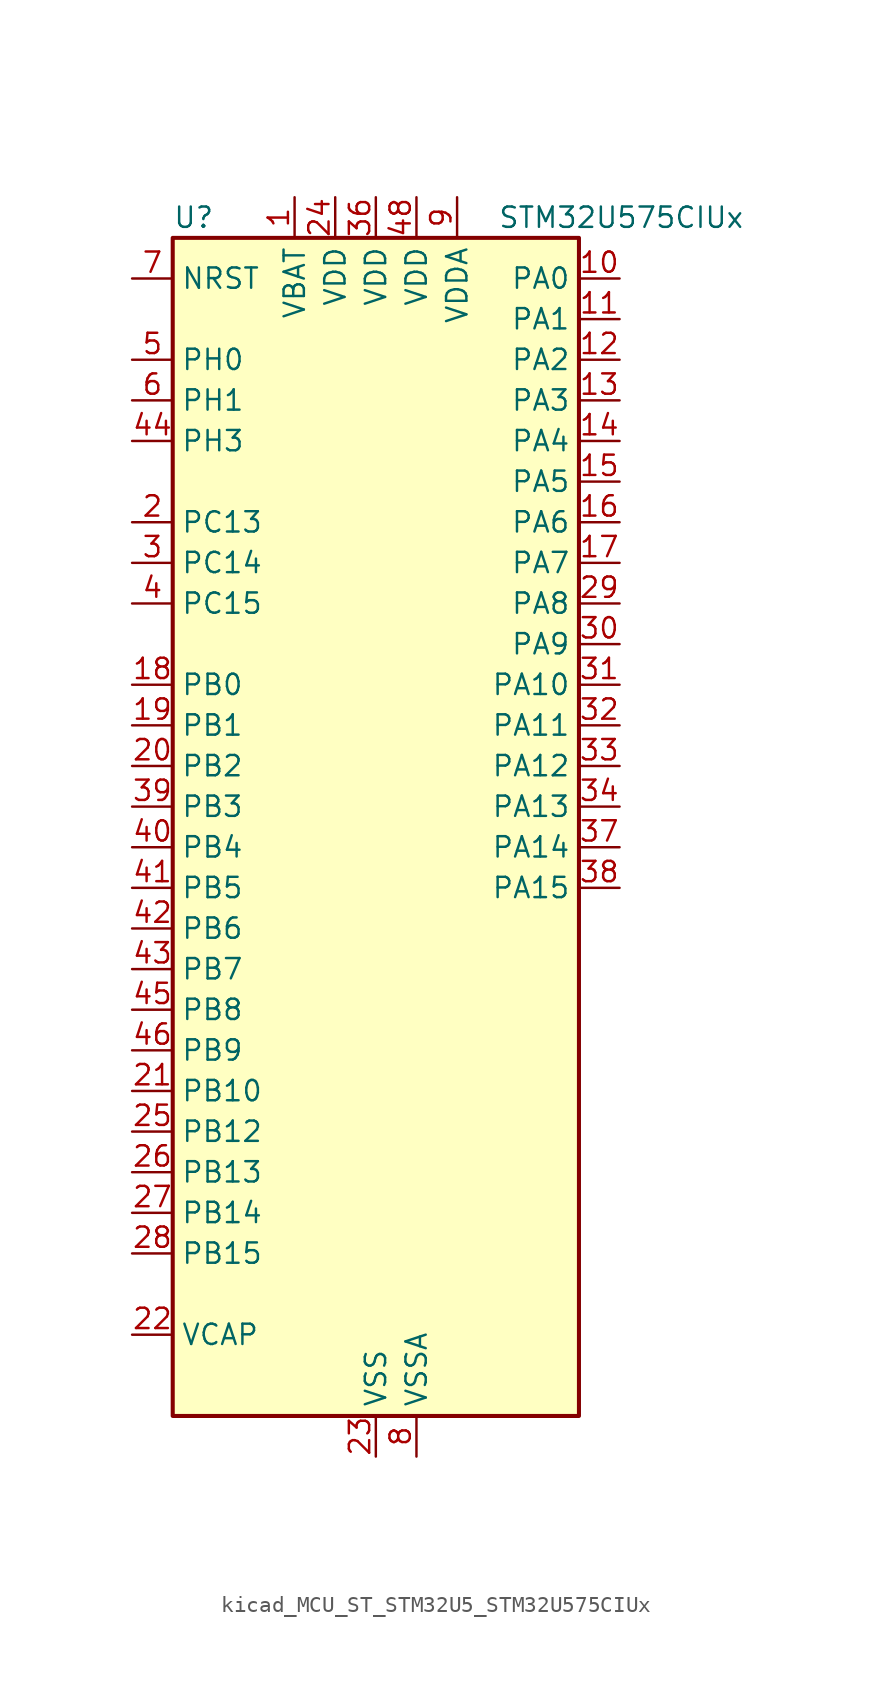
<source format=kicad_sym>
(kicad_symbol_lib
  (version 20220914)
  (generator kicad_symbol_editor)
  (symbol "kicad_MCU_ST_STM32U5_STM32U575CIUx"
    (property "Reference" "U"
      (at -12.7 39.37 0)
      (effects (font (size 1.27 1.27)) (justify left)))
    (property "Value" "STM32U575CIUx"
      (at 7.62 39.37 0)
      (effects (font (size 1.27 1.27)) (justify left)))
    (property "ki_locked" ""
      (at 0 0 0)
      (effects (font (size 1.27 1.27))))
    (symbol "kicad_MCU_ST_STM32U5_STM32U575CIUx_0_1"
      (rectangle (start -12.7 -35.56) (end 12.7 38.1) (stroke (width 0.254) (type default)) (fill (type background))))
    (symbol "kicad_MCU_ST_STM32U5_STM32U575CIUx_1_1"
      (pin power_in line (at -5.08 40.64 270) (length 2.54) (name "VBAT" (effects (font (size 1.27 1.27)))) (number "1" (effects (font (size 1.27 1.27)))))
      (pin bidirectional line (at 15.24 35.56 180) (length 2.54) (name "PA0" (effects (font (size 1.27 1.27)))) (number "10" (effects (font (size 1.27 1.27)))) (alternate "ADC1_IN5" bidirectional line) (alternate "AUDIOCLK" bidirectional line) (alternate "OCTOSPIM_P2_NCS" bidirectional line) (alternate "OPAMP1_VINP" bidirectional line) (alternate "PWR_WKUP1" bidirectional line) (alternate "SPI3_RDY" bidirectional line) (alternate "TAMP_IN2" bidirectional line) (alternate "TAMP_OUT1" bidirectional line) (alternate "TIM2_CH1" bidirectional line) (alternate "TIM2_ETR" bidirectional line) (alternate "TIM5_CH1" bidirectional line) (alternate "TIM8_ETR" bidirectional line) (alternate "UART4_TX" bidirectional line) (alternate "USART2_CTS" bidirectional line))
      (pin bidirectional line (at 15.24 33.02 180) (length 2.54) (name "PA1" (effects (font (size 1.27 1.27)))) (number "11" (effects (font (size 1.27 1.27)))) (alternate "ADC1_IN6" bidirectional line) (alternate "I2C1_SMBA" bidirectional line) (alternate "LPTIM1_CH2" bidirectional line) (alternate "OCTOSPIM_P1_DQS" bidirectional line) (alternate "OPAMP1_VINM" bidirectional line) (alternate "PWR_WKUP3" bidirectional line) (alternate "SPI1_SCK" bidirectional line) (alternate "TAMP_IN5" bidirectional line) (alternate "TAMP_OUT4" bidirectional line) (alternate "TIM15_CH1N" bidirectional line) (alternate "TIM2_CH2" bidirectional line) (alternate "TIM5_CH2" bidirectional line) (alternate "UART4_RX" bidirectional line) (alternate "USART2_DE" bidirectional line) (alternate "USART2_RTS" bidirectional line))
      (pin bidirectional line (at 15.24 30.48 180) (length 2.54) (name "PA2" (effects (font (size 1.27 1.27)))) (number "12" (effects (font (size 1.27 1.27)))) (alternate "ADC1_IN7" bidirectional line) (alternate "COMP1_INP" bidirectional line) (alternate "LPUART1_TX" bidirectional line) (alternate "OCTOSPIM_P1_NCS" bidirectional line) (alternate "PWR_WKUP4" bidirectional line) (alternate "RCC_LSCO" bidirectional line) (alternate "SPI1_RDY" bidirectional line) (alternate "TIM15_CH1" bidirectional line) (alternate "TIM2_CH3" bidirectional line) (alternate "TIM5_CH3" bidirectional line) (alternate "UCPD1_FRSTX1" bidirectional line) (alternate "USART2_TX" bidirectional line))
      (pin bidirectional line (at 15.24 27.94 180) (length 2.54) (name "PA3" (effects (font (size 1.27 1.27)))) (number "13" (effects (font (size 1.27 1.27)))) (alternate "ADC1_IN8" bidirectional line) (alternate "LPUART1_RX" bidirectional line) (alternate "OCTOSPIM_P1_CLK" bidirectional line) (alternate "OPAMP1_VOUT" bidirectional line) (alternate "PWR_WKUP5" bidirectional line) (alternate "SAI1_CK1" bidirectional line) (alternate "SAI1_MCLK_A" bidirectional line) (alternate "TIM15_CH2" bidirectional line) (alternate "TIM2_CH4" bidirectional line) (alternate "TIM5_CH4" bidirectional line) (alternate "USART2_RX" bidirectional line))
      (pin bidirectional line (at 15.24 25.4 180) (length 2.54) (name "PA4" (effects (font (size 1.27 1.27)))) (number "14" (effects (font (size 1.27 1.27)))) (alternate "ADC1_IN9" bidirectional line) (alternate "ADC4_IN9" bidirectional line) (alternate "DAC1_OUT1" bidirectional line) (alternate "LPTIM2_CH1" bidirectional line) (alternate "OCTOSPIM_P1_NCS" bidirectional line) (alternate "PWR_WKUP2" bidirectional line) (alternate "SAI1_FS_B" bidirectional line) (alternate "SPI1_NSS" bidirectional line) (alternate "SPI3_NSS" bidirectional line) (alternate "USART2_CK" bidirectional line))
      (pin bidirectional line (at 15.24 22.86 180) (length 2.54) (name "PA5" (effects (font (size 1.27 1.27)))) (number "15" (effects (font (size 1.27 1.27)))) (alternate "ADC1_IN10" bidirectional line) (alternate "ADC4_IN10" bidirectional line) (alternate "DAC1_OUT2" bidirectional line) (alternate "LPTIM2_ETR" bidirectional line) (alternate "PWR_CSLEEP" bidirectional line) (alternate "PWR_WKUP6" bidirectional line) (alternate "SPI1_SCK" bidirectional line) (alternate "TIM2_CH1" bidirectional line) (alternate "TIM2_ETR" bidirectional line) (alternate "TIM8_CH1N" bidirectional line) (alternate "USART3_RX" bidirectional line))
      (pin bidirectional line (at 15.24 20.32 180) (length 2.54) (name "PA6" (effects (font (size 1.27 1.27)))) (number "16" (effects (font (size 1.27 1.27)))) (alternate "ADC1_IN11" bidirectional line) (alternate "ADC4_IN11" bidirectional line) (alternate "LPUART1_CTS" bidirectional line) (alternate "OCTOSPIM_P1_IO3" bidirectional line) (alternate "OPAMP2_VINP" bidirectional line) (alternate "PWR_CDSTOP" bidirectional line) (alternate "PWR_WKUP7" bidirectional line) (alternate "SPI1_MISO" bidirectional line) (alternate "TIM16_CH1" bidirectional line) (alternate "TIM1_BKIN" bidirectional line) (alternate "TIM3_CH1" bidirectional line) (alternate "TIM8_BKIN" bidirectional line) (alternate "USART3_CTS" bidirectional line))
      (pin bidirectional line (at 15.24 17.78 180) (length 2.54) (name "PA7" (effects (font (size 1.27 1.27)))) (number "17" (effects (font (size 1.27 1.27)))) (alternate "ADC1_IN12" bidirectional line) (alternate "ADC4_IN20" bidirectional line) (alternate "I2C3_SCL" bidirectional line) (alternate "LPTIM2_CH2" bidirectional line) (alternate "OCTOSPIM_P1_IO2" bidirectional line) (alternate "OPAMP2_VINM" bidirectional line) (alternate "PWR_SRDSTOP" bidirectional line) (alternate "PWR_WKUP8" bidirectional line) (alternate "SPI1_MOSI" bidirectional line) (alternate "TIM17_CH1" bidirectional line) (alternate "TIM1_CH1N" bidirectional line) (alternate "TIM3_CH2" bidirectional line) (alternate "TIM8_CH1N" bidirectional line) (alternate "USART3_TX" bidirectional line))
      (pin bidirectional line (at -15.24 10.16 0) (length 2.54) (name "PB0" (effects (font (size 1.27 1.27)))) (number "18" (effects (font (size 1.27 1.27)))) (alternate "ADC1_IN15" bidirectional line) (alternate "ADC4_IN18" bidirectional line) (alternate "AUDIOCLK" bidirectional line) (alternate "COMP1_OUT" bidirectional line) (alternate "LPTIM3_CH1" bidirectional line) (alternate "OCTOSPIM_P1_IO1" bidirectional line) (alternate "OPAMP2_VOUT" bidirectional line) (alternate "SPI1_NSS" bidirectional line) (alternate "TIM1_CH2N" bidirectional line) (alternate "TIM3_CH3" bidirectional line) (alternate "TIM8_CH2N" bidirectional line) (alternate "USART3_CK" bidirectional line))
      (pin bidirectional line (at -15.24 7.62 0) (length 2.54) (name "PB1" (effects (font (size 1.27 1.27)))) (number "19" (effects (font (size 1.27 1.27)))) (alternate "ADC1_IN16" bidirectional line) (alternate "ADC4_IN19" bidirectional line) (alternate "COMP1_INM" bidirectional line) (alternate "LPTIM2_IN1" bidirectional line) (alternate "LPTIM3_CH2" bidirectional line) (alternate "LPUART1_DE" bidirectional line) (alternate "LPUART1_RTS" bidirectional line) (alternate "MDF1_SDI0" bidirectional line) (alternate "OCTOSPIM_P1_IO0" bidirectional line) (alternate "PWR_WKUP4" bidirectional line) (alternate "TIM1_CH3N" bidirectional line) (alternate "TIM3_CH4" bidirectional line) (alternate "TIM8_CH3N" bidirectional line) (alternate "USART3_DE" bidirectional line) (alternate "USART3_RTS" bidirectional line))
      (pin bidirectional line (at -15.24 20.32 0) (length 2.54) (name "PC13" (effects (font (size 1.27 1.27)))) (number "2" (effects (font (size 1.27 1.27)))) (alternate "PWR_WKUP2" bidirectional line) (alternate "RTC_OUT1" bidirectional line) (alternate "RTC_TS" bidirectional line) (alternate "TAMP_IN1" bidirectional line) (alternate "TAMP_OUT2" bidirectional line))
      (pin bidirectional line (at -15.24 5.08 0) (length 2.54) (name "PB2" (effects (font (size 1.27 1.27)))) (number "20" (effects (font (size 1.27 1.27)))) (alternate "ADC1_IN17" bidirectional line) (alternate "COMP1_INP" bidirectional line) (alternate "I2C3_SMBA" bidirectional line) (alternate "LPTIM1_CH1" bidirectional line) (alternate "MDF1_CKI0" bidirectional line) (alternate "OCTOSPIM_P1_DQS" bidirectional line) (alternate "PWR_WKUP1" bidirectional line) (alternate "RTC_OUT2" bidirectional line) (alternate "SPI1_RDY" bidirectional line) (alternate "TIM8_CH4N" bidirectional line) (alternate "UCPD1_FRSTX1" bidirectional line))
      (pin bidirectional line (at -15.24 -15.24 0) (length 2.54) (name "PB10" (effects (font (size 1.27 1.27)))) (number "21" (effects (font (size 1.27 1.27)))) (alternate "COMP1_OUT" bidirectional line) (alternate "I2C2_SCL" bidirectional line) (alternate "I2C4_SCL" bidirectional line) (alternate "LPTIM3_CH1" bidirectional line) (alternate "LPUART1_RX" bidirectional line) (alternate "OCTOSPIM_P1_CLK" bidirectional line) (alternate "PWR_WKUP8" bidirectional line) (alternate "SAI1_SCK_A" bidirectional line) (alternate "SPI2_SCK" bidirectional line) (alternate "TIM2_CH3" bidirectional line) (alternate "TSC_SYNC" bidirectional line) (alternate "USART3_TX" bidirectional line))
      (pin power_out line (at -15.24 -30.48 0) (length 2.54) (name "VCAP" (effects (font (size 1.27 1.27)))) (number "22" (effects (font (size 1.27 1.27)))))
      (pin power_in line (at 0 -38.1 90) (length 2.54) (name "VSS" (effects (font (size 1.27 1.27)))) (number "23" (effects (font (size 1.27 1.27)))))
      (pin power_in line (at -2.54 40.64 270) (length 2.54) (name "VDD" (effects (font (size 1.27 1.27)))) (number "24" (effects (font (size 1.27 1.27)))))
      (pin bidirectional line (at -15.24 -17.78 0) (length 2.54) (name "PB12" (effects (font (size 1.27 1.27)))) (number "25" (effects (font (size 1.27 1.27)))) (alternate "I2C2_SMBA" bidirectional line) (alternate "LPUART1_DE" bidirectional line) (alternate "LPUART1_RTS" bidirectional line) (alternate "MDF1_SDI1" bidirectional line) (alternate "OCTOSPIM_P1_NCLK" bidirectional line) (alternate "SPI2_NSS" bidirectional line) (alternate "TIM15_BKIN" bidirectional line) (alternate "TIM1_BKIN" bidirectional line) (alternate "TSC_G1_IO1" bidirectional line) (alternate "USART3_CK" bidirectional line))
      (pin bidirectional line (at -15.24 -20.32 0) (length 2.54) (name "PB13" (effects (font (size 1.27 1.27)))) (number "26" (effects (font (size 1.27 1.27)))) (alternate "I2C2_SCL" bidirectional line) (alternate "LPTIM3_IN1" bidirectional line) (alternate "LPUART1_CTS" bidirectional line) (alternate "MDF1_CKI1" bidirectional line) (alternate "SPI2_SCK" bidirectional line) (alternate "TIM15_CH1N" bidirectional line) (alternate "TIM1_CH1N" bidirectional line) (alternate "TSC_G1_IO2" bidirectional line) (alternate "USART3_CTS" bidirectional line))
      (pin bidirectional line (at -15.24 -22.86 0) (length 2.54) (name "PB14" (effects (font (size 1.27 1.27)))) (number "27" (effects (font (size 1.27 1.27)))) (alternate "I2C2_SDA" bidirectional line) (alternate "LPTIM3_ETR" bidirectional line) (alternate "MDF1_SDI2" bidirectional line) (alternate "SPI2_MISO" bidirectional line) (alternate "TIM15_CH1" bidirectional line) (alternate "TIM1_CH2N" bidirectional line) (alternate "TIM8_CH2N" bidirectional line) (alternate "TSC_G1_IO3" bidirectional line) (alternate "UCPD1_DBCC2" bidirectional line) (alternate "USART3_DE" bidirectional line) (alternate "USART3_RTS" bidirectional line))
      (pin bidirectional line (at -15.24 -25.4 0) (length 2.54) (name "PB15" (effects (font (size 1.27 1.27)))) (number "28" (effects (font (size 1.27 1.27)))) (alternate "ADC1_EXTI15" bidirectional line) (alternate "ADC4_EXTI15" bidirectional line) (alternate "LPTIM2_IN2" bidirectional line) (alternate "MDF1_CKI2" bidirectional line) (alternate "PWR_WKUP7" bidirectional line) (alternate "RTC_REFIN" bidirectional line) (alternate "SPI2_MOSI" bidirectional line) (alternate "TIM15_CH2" bidirectional line) (alternate "TIM1_CH3N" bidirectional line) (alternate "TIM8_CH3N" bidirectional line) (alternate "UCPD1_CC2" bidirectional line))
      (pin bidirectional line (at 15.24 15.24 180) (length 2.54) (name "PA8" (effects (font (size 1.27 1.27)))) (number "29" (effects (font (size 1.27 1.27)))) (alternate "DEBUG_TRACECLK" bidirectional line) (alternate "LPTIM2_CH1" bidirectional line) (alternate "RCC_MCO" bidirectional line) (alternate "SAI1_CK2" bidirectional line) (alternate "SAI1_SCK_A" bidirectional line) (alternate "SPI1_RDY" bidirectional line) (alternate "TIM1_CH1" bidirectional line) (alternate "USART1_CK" bidirectional line) (alternate "USB_OTG_FS_SOF" bidirectional line))
      (pin bidirectional line (at -15.24 17.78 0) (length 2.54) (name "PC14" (effects (font (size 1.27 1.27)))) (number "3" (effects (font (size 1.27 1.27)))) (alternate "RCC_OSC32_IN" bidirectional line))
      (pin bidirectional line (at 15.24 12.7 180) (length 2.54) (name "PA9" (effects (font (size 1.27 1.27)))) (number "30" (effects (font (size 1.27 1.27)))) (alternate "DAC1_EXTI9" bidirectional line) (alternate "SAI1_FS_A" bidirectional line) (alternate "SPI2_SCK" bidirectional line) (alternate "TIM15_BKIN" bidirectional line) (alternate "TIM1_CH2" bidirectional line) (alternate "USART1_TX" bidirectional line) (alternate "USB_OTG_FS_VBUS" bidirectional line))
      (pin bidirectional line (at 15.24 10.16 180) (length 2.54) (name "PA10" (effects (font (size 1.27 1.27)))) (number "31" (effects (font (size 1.27 1.27)))) (alternate "CRS_SYNC" bidirectional line) (alternate "LPTIM2_IN2" bidirectional line) (alternate "SAI1_D1" bidirectional line) (alternate "SAI1_SD_A" bidirectional line) (alternate "TIM17_BKIN" bidirectional line) (alternate "TIM1_CH3" bidirectional line) (alternate "USART1_RX" bidirectional line) (alternate "USB_OTG_FS_ID" bidirectional line))
      (pin bidirectional line (at 15.24 7.62 180) (length 2.54) (name "PA11" (effects (font (size 1.27 1.27)))) (number "32" (effects (font (size 1.27 1.27)))) (alternate "ADC1_EXTI11" bidirectional line) (alternate "FDCAN1_RX" bidirectional line) (alternate "SPI1_MISO" bidirectional line) (alternate "TIM1_BKIN2" bidirectional line) (alternate "TIM1_CH4" bidirectional line) (alternate "USART1_CTS" bidirectional line) (alternate "USB_OTG_FS_DM" bidirectional line))
      (pin bidirectional line (at 15.24 5.08 180) (length 2.54) (name "PA12" (effects (font (size 1.27 1.27)))) (number "33" (effects (font (size 1.27 1.27)))) (alternate "FDCAN1_TX" bidirectional line) (alternate "OCTOSPIM_P2_NCS" bidirectional line) (alternate "SPI1_MOSI" bidirectional line) (alternate "TIM1_ETR" bidirectional line) (alternate "USART1_DE" bidirectional line) (alternate "USART1_RTS" bidirectional line) (alternate "USB_OTG_FS_DP" bidirectional line))
      (pin bidirectional line (at 15.24 2.54 180) (length 2.54) (name "PA13" (effects (font (size 1.27 1.27)))) (number "34" (effects (font (size 1.27 1.27)))) (alternate "DEBUG_JTMS-SWDIO" bidirectional line) (alternate "IR_OUT" bidirectional line) (alternate "SAI1_SD_B" bidirectional line) (alternate "USB_OTG_FS_NOE" bidirectional line))
      (pin passive line (at 0 -38.1 90) (length 2.54) hide (name "VSS" (effects (font (size 1.27 1.27)))) (number "35" (effects (font (size 1.27 1.27)))))
      (pin power_in line (at 0 40.64 270) (length 2.54) (name "VDD" (effects (font (size 1.27 1.27)))) (number "36" (effects (font (size 1.27 1.27)))))
      (pin bidirectional line (at 15.24 0 180) (length 2.54) (name "PA14" (effects (font (size 1.27 1.27)))) (number "37" (effects (font (size 1.27 1.27)))) (alternate "DEBUG_JTCK-SWCLK" bidirectional line) (alternate "I2C1_SMBA" bidirectional line) (alternate "I2C4_SMBA" bidirectional line) (alternate "LPTIM1_CH1" bidirectional line) (alternate "SAI1_FS_B" bidirectional line) (alternate "USB_OTG_FS_SOF" bidirectional line))
      (pin bidirectional line (at 15.24 -2.54 180) (length 2.54) (name "PA15" (effects (font (size 1.27 1.27)))) (number "38" (effects (font (size 1.27 1.27)))) (alternate "ADC1_EXTI15" bidirectional line) (alternate "ADC4_EXTI15" bidirectional line) (alternate "DEBUG_JTDI" bidirectional line) (alternate "SPI1_NSS" bidirectional line) (alternate "SPI3_NSS" bidirectional line) (alternate "TIM2_CH1" bidirectional line) (alternate "TIM2_ETR" bidirectional line) (alternate "UART4_DE" bidirectional line) (alternate "UART4_RTS" bidirectional line) (alternate "UCPD1_CC1" bidirectional line) (alternate "USART2_RX" bidirectional line) (alternate "USART3_DE" bidirectional line) (alternate "USART3_RTS" bidirectional line))
      (pin bidirectional line (at -15.24 2.54 0) (length 2.54) (name "PB3" (effects (font (size 1.27 1.27)))) (number "39" (effects (font (size 1.27 1.27)))) (alternate "ADF1_CCK0" bidirectional line) (alternate "COMP2_INM" bidirectional line) (alternate "CRS_SYNC" bidirectional line) (alternate "DEBUG_JTDO-SWO" bidirectional line) (alternate "I2C1_SDA" bidirectional line) (alternate "LPTIM1_CH1" bidirectional line) (alternate "SAI1_SCK_B" bidirectional line) (alternate "SPI1_SCK" bidirectional line) (alternate "SPI3_SCK" bidirectional line) (alternate "TIM2_CH2" bidirectional line) (alternate "USART1_DE" bidirectional line) (alternate "USART1_RTS" bidirectional line))
      (pin bidirectional line (at -15.24 15.24 0) (length 2.54) (name "PC15" (effects (font (size 1.27 1.27)))) (number "4" (effects (font (size 1.27 1.27)))) (alternate "ADC1_EXTI15" bidirectional line) (alternate "ADC4_EXTI15" bidirectional line) (alternate "RCC_OSC32_OUT" bidirectional line))
      (pin bidirectional line (at -15.24 0 0) (length 2.54) (name "PB4" (effects (font (size 1.27 1.27)))) (number "40" (effects (font (size 1.27 1.27)))) (alternate "ADF1_SDI0" bidirectional line) (alternate "COMP2_INP" bidirectional line) (alternate "DEBUG_JTRST" bidirectional line) (alternate "I2C3_SDA" bidirectional line) (alternate "LPTIM1_CH2" bidirectional line) (alternate "SAI1_MCLK_B" bidirectional line) (alternate "SPI1_MISO" bidirectional line) (alternate "SPI3_MISO" bidirectional line) (alternate "TIM17_BKIN" bidirectional line) (alternate "TIM3_CH1" bidirectional line) (alternate "TSC_G2_IO1" bidirectional line) (alternate "USART1_CTS" bidirectional line))
      (pin bidirectional line (at -15.24 -2.54 0) (length 2.54) (name "PB5" (effects (font (size 1.27 1.27)))) (number "41" (effects (font (size 1.27 1.27)))) (alternate "COMP2_OUT" bidirectional line) (alternate "I2C1_SMBA" bidirectional line) (alternate "LPTIM1_IN1" bidirectional line) (alternate "OCTOSPIM_P1_NCLK" bidirectional line) (alternate "PWR_WKUP6" bidirectional line) (alternate "SAI1_SD_B" bidirectional line) (alternate "SPI1_MOSI" bidirectional line) (alternate "SPI3_MOSI" bidirectional line) (alternate "TIM16_BKIN" bidirectional line) (alternate "TIM3_CH2" bidirectional line) (alternate "TSC_G2_IO2" bidirectional line) (alternate "UCPD1_DBCC1" bidirectional line) (alternate "USART1_CK" bidirectional line))
      (pin bidirectional line (at -15.24 -5.08 0) (length 2.54) (name "PB6" (effects (font (size 1.27 1.27)))) (number "42" (effects (font (size 1.27 1.27)))) (alternate "COMP2_INP" bidirectional line) (alternate "I2C1_SCL" bidirectional line) (alternate "I2C4_SCL" bidirectional line) (alternate "LPTIM1_ETR" bidirectional line) (alternate "MDF1_SDI5" bidirectional line) (alternate "PWR_WKUP3" bidirectional line) (alternate "SAI1_FS_B" bidirectional line) (alternate "TIM16_CH1N" bidirectional line) (alternate "TIM4_CH1" bidirectional line) (alternate "TIM8_BKIN2" bidirectional line) (alternate "TSC_G2_IO3" bidirectional line) (alternate "USART1_TX" bidirectional line))
      (pin bidirectional line (at -15.24 -7.62 0) (length 2.54) (name "PB7" (effects (font (size 1.27 1.27)))) (number "43" (effects (font (size 1.27 1.27)))) (alternate "COMP2_INM" bidirectional line) (alternate "I2C1_SDA" bidirectional line) (alternate "I2C4_SDA" bidirectional line) (alternate "LPTIM1_IN2" bidirectional line) (alternate "MDF1_CKI5" bidirectional line) (alternate "PWR_PVD_IN" bidirectional line) (alternate "PWR_WKUP4" bidirectional line) (alternate "TIM17_CH1N" bidirectional line) (alternate "TIM4_CH2" bidirectional line) (alternate "TIM8_BKIN" bidirectional line) (alternate "TSC_G2_IO4" bidirectional line) (alternate "UART4_CTS" bidirectional line) (alternate "USART1_RX" bidirectional line))
      (pin bidirectional line (at -15.24 25.4 0) (length 2.54) (name "PH3" (effects (font (size 1.27 1.27)))) (number "44" (effects (font (size 1.27 1.27)))))
      (pin bidirectional line (at -15.24 -10.16 0) (length 2.54) (name "PB8" (effects (font (size 1.27 1.27)))) (number "45" (effects (font (size 1.27 1.27)))) (alternate "FDCAN1_RX" bidirectional line) (alternate "I2C1_SCL" bidirectional line) (alternate "MDF1_CCK0" bidirectional line) (alternate "PWR_WKUP5" bidirectional line) (alternate "SAI1_CK1" bidirectional line) (alternate "SAI1_MCLK_A" bidirectional line) (alternate "SPI3_RDY" bidirectional line) (alternate "TIM16_CH1" bidirectional line) (alternate "TIM4_CH3" bidirectional line))
      (pin bidirectional line (at -15.24 -12.7 0) (length 2.54) (name "PB9" (effects (font (size 1.27 1.27)))) (number "46" (effects (font (size 1.27 1.27)))) (alternate "DAC1_EXTI9" bidirectional line) (alternate "FDCAN1_TX" bidirectional line) (alternate "I2C1_SDA" bidirectional line) (alternate "IR_OUT" bidirectional line) (alternate "SAI1_D2" bidirectional line) (alternate "SAI1_FS_A" bidirectional line) (alternate "SPI2_NSS" bidirectional line) (alternate "TIM17_CH1" bidirectional line) (alternate "TIM4_CH4" bidirectional line))
      (pin passive line (at 0 -38.1 90) (length 2.54) hide (name "VSS" (effects (font (size 1.27 1.27)))) (number "47" (effects (font (size 1.27 1.27)))))
      (pin power_in line (at 2.54 40.64 270) (length 2.54) (name "VDD" (effects (font (size 1.27 1.27)))) (number "48" (effects (font (size 1.27 1.27)))))
      (pin passive line (at 0 -38.1 90) (length 2.54) hide (name "VSS" (effects (font (size 1.27 1.27)))) (number "49" (effects (font (size 1.27 1.27)))))
      (pin bidirectional line (at -15.24 30.48 0) (length 2.54) (name "PH0" (effects (font (size 1.27 1.27)))) (number "5" (effects (font (size 1.27 1.27)))) (alternate "RCC_OSC_IN" bidirectional line))
      (pin bidirectional line (at -15.24 27.94 0) (length 2.54) (name "PH1" (effects (font (size 1.27 1.27)))) (number "6" (effects (font (size 1.27 1.27)))) (alternate "RCC_OSC_OUT" bidirectional line))
      (pin input line (at -15.24 35.56 0) (length 2.54) (name "NRST" (effects (font (size 1.27 1.27)))) (number "7" (effects (font (size 1.27 1.27)))))
      (pin power_in line (at 2.54 -38.1 90) (length 2.54) (name "VSSA" (effects (font (size 1.27 1.27)))) (number "8" (effects (font (size 1.27 1.27)))))
      (pin power_in line (at 5.08 40.64 270) (length 2.54) (name "VDDA" (effects (font (size 1.27 1.27)))) (number "9" (effects (font (size 1.27 1.27))))))))
</source>
